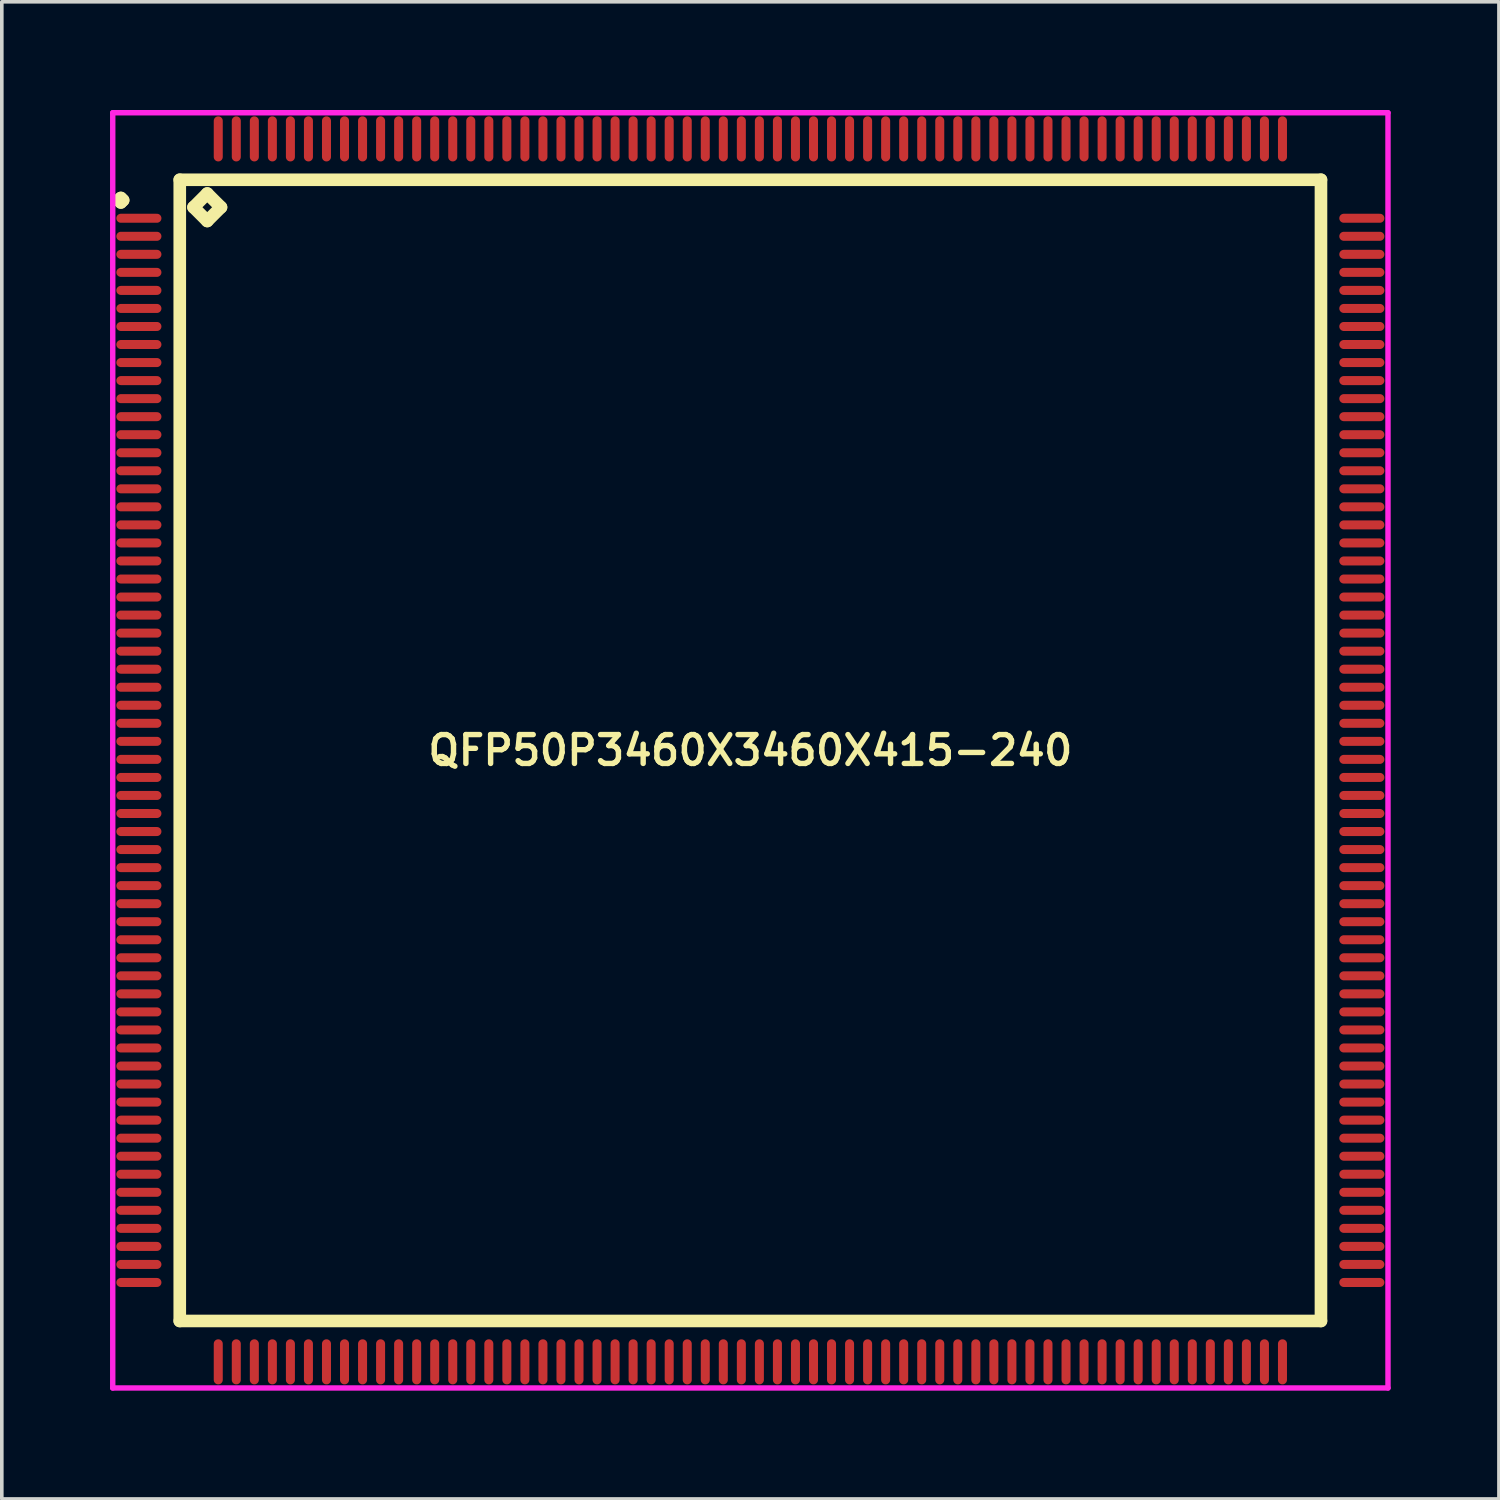
<source format=kicad_pcb>
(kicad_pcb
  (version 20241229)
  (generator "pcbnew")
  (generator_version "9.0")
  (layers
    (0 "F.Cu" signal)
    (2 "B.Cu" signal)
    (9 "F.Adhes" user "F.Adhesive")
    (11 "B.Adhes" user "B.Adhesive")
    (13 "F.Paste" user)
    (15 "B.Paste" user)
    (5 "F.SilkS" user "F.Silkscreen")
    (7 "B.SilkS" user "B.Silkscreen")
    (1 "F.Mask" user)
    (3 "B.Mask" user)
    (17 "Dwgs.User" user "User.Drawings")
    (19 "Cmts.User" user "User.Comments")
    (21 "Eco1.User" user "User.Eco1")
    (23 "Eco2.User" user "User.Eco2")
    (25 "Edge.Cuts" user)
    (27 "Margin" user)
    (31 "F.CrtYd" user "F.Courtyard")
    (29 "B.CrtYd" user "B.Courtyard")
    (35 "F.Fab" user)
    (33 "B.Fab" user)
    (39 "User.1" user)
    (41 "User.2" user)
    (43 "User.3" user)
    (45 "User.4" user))
  (footprint "QFP50P3460X3460X415-240"
    (layer "F.Cu")
    (at 17.75 17.75)
    (property "Reference" "QFP50P3460X3460X415-240" (at 0 0 0) (layer "F.SilkS") (effects (font (size 0.8 0.8) (thickness 0.15))))
    (attr smd)
    (fp_line (start -17.512 -15.25) (end -17.45 -15.312) (stroke (width 0.35) (type solid)) (layer "F.SilkS"))
    (fp_line (start -17.45 -15.312) (end -17.387 -15.25) (stroke (width 0.35) (type solid)) (layer "F.SilkS"))
    (fp_line (start -17.45 -15.188) (end -17.512 -15.25) (stroke (width 0.35) (type solid)) (layer "F.SilkS"))
    (fp_line (start -17.387 -15.25) (end -17.45 -15.188) (stroke (width 0.35) (type solid)) (layer "F.SilkS"))
    (fp_line (start -15.817 -15.817) (end -15.817 15.817) (stroke (width 0.35) (type solid)) (layer "F.SilkS"))
    (fp_line (start -15.817 15.817) (end 15.817 15.817) (stroke (width 0.35) (type solid)) (layer "F.SilkS"))
    (fp_line (start -15.436 -15.055) (end -15.055 -15.436) (stroke (width 0.35) (type solid)) (layer "F.SilkS"))
    (fp_line (start -15.055 -15.436) (end -14.674 -15.055) (stroke (width 0.35) (type solid)) (layer "F.SilkS"))
    (fp_line (start -15.055 -14.674) (end -15.436 -15.055) (stroke (width 0.35) (type solid)) (layer "F.SilkS"))
    (fp_line (start -14.674 -15.055) (end -15.055 -14.674) (stroke (width 0.35) (type solid)) (layer "F.SilkS"))
    (fp_line (start 15.817 -15.817) (end -15.817 -15.817) (stroke (width 0.35) (type solid)) (layer "F.SilkS"))
    (fp_line (start 15.817 15.817) (end 15.817 -15.817) (stroke (width 0.35) (type solid)) (layer "F.SilkS"))
    (fp_line (start -17.675 -17.675) (end 17.675 -17.675) (stroke (width 0.15) (type solid)) (layer "F.CrtYd"))
    (fp_line (start -17.675 17.675) (end -17.675 -17.675) (stroke (width 0.15) (type solid)) (layer "F.CrtYd"))
    (fp_line (start 17.675 -17.675) (end 17.675 17.675) (stroke (width 0.15) (type solid)) (layer "F.CrtYd"))
    (fp_line (start 17.675 17.675) (end -17.675 17.675) (stroke (width 0.15) (type solid)) (layer "F.CrtYd"))
    (pad "1" smd oval (at -16.95 -14.75) (size 1.25 0.25) (layers "F.Cu" "F.Mask" "F.Paste"))
    (pad "2" smd oval (at -16.95 -14.25) (size 1.25 0.25) (layers "F.Cu" "F.Mask" "F.Paste"))
    (pad "3" smd oval (at -16.95 -13.75) (size 1.25 0.25) (layers "F.Cu" "F.Mask" "F.Paste"))
    (pad "4" smd oval (at -16.95 -13.25) (size 1.25 0.25) (layers "F.Cu" "F.Mask" "F.Paste"))
    (pad "5" smd oval (at -16.95 -12.75) (size 1.25 0.25) (layers "F.Cu" "F.Mask" "F.Paste"))
    (pad "6" smd oval (at -16.95 -12.25) (size 1.25 0.25) (layers "F.Cu" "F.Mask" "F.Paste"))
    (pad "7" smd oval (at -16.95 -11.75) (size 1.25 0.25) (layers "F.Cu" "F.Mask" "F.Paste"))
    (pad "8" smd oval (at -16.95 -11.25) (size 1.25 0.25) (layers "F.Cu" "F.Mask" "F.Paste"))
    (pad "9" smd oval (at -16.95 -10.75) (size 1.25 0.25) (layers "F.Cu" "F.Mask" "F.Paste"))
    (pad "10" smd oval (at -16.95 -10.25) (size 1.25 0.25) (layers "F.Cu" "F.Mask" "F.Paste"))
    (pad "11" smd oval (at -16.95 -9.75) (size 1.25 0.25) (layers "F.Cu" "F.Mask" "F.Paste"))
    (pad "12" smd oval (at -16.95 -9.25) (size 1.25 0.25) (layers "F.Cu" "F.Mask" "F.Paste"))
    (pad "13" smd oval (at -16.95 -8.75) (size 1.25 0.25) (layers "F.Cu" "F.Mask" "F.Paste"))
    (pad "14" smd oval (at -16.95 -8.25) (size 1.25 0.25) (layers "F.Cu" "F.Mask" "F.Paste"))
    (pad "15" smd oval (at -16.95 -7.75) (size 1.25 0.25) (layers "F.Cu" "F.Mask" "F.Paste"))
    (pad "16" smd oval (at -16.95 -7.25) (size 1.25 0.25) (layers "F.Cu" "F.Mask" "F.Paste"))
    (pad "17" smd oval (at -16.95 -6.75) (size 1.25 0.25) (layers "F.Cu" "F.Mask" "F.Paste"))
    (pad "18" smd oval (at -16.95 -6.25) (size 1.25 0.25) (layers "F.Cu" "F.Mask" "F.Paste"))
    (pad "19" smd oval (at -16.95 -5.75) (size 1.25 0.25) (layers "F.Cu" "F.Mask" "F.Paste"))
    (pad "20" smd oval (at -16.95 -5.25) (size 1.25 0.25) (layers "F.Cu" "F.Mask" "F.Paste"))
    (pad "21" smd oval (at -16.95 -4.75) (size 1.25 0.25) (layers "F.Cu" "F.Mask" "F.Paste"))
    (pad "22" smd oval (at -16.95 -4.25) (size 1.25 0.25) (layers "F.Cu" "F.Mask" "F.Paste"))
    (pad "23" smd oval (at -16.95 -3.75) (size 1.25 0.25) (layers "F.Cu" "F.Mask" "F.Paste"))
    (pad "24" smd oval (at -16.95 -3.25) (size 1.25 0.25) (layers "F.Cu" "F.Mask" "F.Paste"))
    (pad "25" smd oval (at -16.95 -2.75) (size 1.25 0.25) (layers "F.Cu" "F.Mask" "F.Paste"))
    (pad "26" smd oval (at -16.95 -2.25) (size 1.25 0.25) (layers "F.Cu" "F.Mask" "F.Paste"))
    (pad "27" smd oval (at -16.95 -1.75) (size 1.25 0.25) (layers "F.Cu" "F.Mask" "F.Paste"))
    (pad "28" smd oval (at -16.95 -1.25) (size 1.25 0.25) (layers "F.Cu" "F.Mask" "F.Paste"))
    (pad "29" smd oval (at -16.95 -0.75) (size 1.25 0.25) (layers "F.Cu" "F.Mask" "F.Paste"))
    (pad "30" smd oval (at -16.95 -0.25) (size 1.25 0.25) (layers "F.Cu" "F.Mask" "F.Paste"))
    (pad "31" smd oval (at -16.95 0.25) (size 1.25 0.25) (layers "F.Cu" "F.Mask" "F.Paste"))
    (pad "32" smd oval (at -16.95 0.75) (size 1.25 0.25) (layers "F.Cu" "F.Mask" "F.Paste"))
    (pad "33" smd oval (at -16.95 1.25) (size 1.25 0.25) (layers "F.Cu" "F.Mask" "F.Paste"))
    (pad "34" smd oval (at -16.95 1.75) (size 1.25 0.25) (layers "F.Cu" "F.Mask" "F.Paste"))
    (pad "35" smd oval (at -16.95 2.25) (size 1.25 0.25) (layers "F.Cu" "F.Mask" "F.Paste"))
    (pad "36" smd oval (at -16.95 2.75) (size 1.25 0.25) (layers "F.Cu" "F.Mask" "F.Paste"))
    (pad "37" smd oval (at -16.95 3.25) (size 1.25 0.25) (layers "F.Cu" "F.Mask" "F.Paste"))
    (pad "38" smd oval (at -16.95 3.75) (size 1.25 0.25) (layers "F.Cu" "F.Mask" "F.Paste"))
    (pad "39" smd oval (at -16.95 4.25) (size 1.25 0.25) (layers "F.Cu" "F.Mask" "F.Paste"))
    (pad "40" smd oval (at -16.95 4.75) (size 1.25 0.25) (layers "F.Cu" "F.Mask" "F.Paste"))
    (pad "41" smd oval (at -16.95 5.25) (size 1.25 0.25) (layers "F.Cu" "F.Mask" "F.Paste"))
    (pad "42" smd oval (at -16.95 5.75) (size 1.25 0.25) (layers "F.Cu" "F.Mask" "F.Paste"))
    (pad "43" smd oval (at -16.95 6.25) (size 1.25 0.25) (layers "F.Cu" "F.Mask" "F.Paste"))
    (pad "44" smd oval (at -16.95 6.75) (size 1.25 0.25) (layers "F.Cu" "F.Mask" "F.Paste"))
    (pad "45" smd oval (at -16.95 7.25) (size 1.25 0.25) (layers "F.Cu" "F.Mask" "F.Paste"))
    (pad "46" smd oval (at -16.95 7.75) (size 1.25 0.25) (layers "F.Cu" "F.Mask" "F.Paste"))
    (pad "47" smd oval (at -16.95 8.25) (size 1.25 0.25) (layers "F.Cu" "F.Mask" "F.Paste"))
    (pad "48" smd oval (at -16.95 8.75) (size 1.25 0.25) (layers "F.Cu" "F.Mask" "F.Paste"))
    (pad "49" smd oval (at -16.95 9.25) (size 1.25 0.25) (layers "F.Cu" "F.Mask" "F.Paste"))
    (pad "50" smd oval (at -16.95 9.75) (size 1.25 0.25) (layers "F.Cu" "F.Mask" "F.Paste"))
    (pad "51" smd oval (at -16.95 10.25) (size 1.25 0.25) (layers "F.Cu" "F.Mask" "F.Paste"))
    (pad "52" smd oval (at -16.95 10.75) (size 1.25 0.25) (layers "F.Cu" "F.Mask" "F.Paste"))
    (pad "53" smd oval (at -16.95 11.25) (size 1.25 0.25) (layers "F.Cu" "F.Mask" "F.Paste"))
    (pad "54" smd oval (at -16.95 11.75) (size 1.25 0.25) (layers "F.Cu" "F.Mask" "F.Paste"))
    (pad "55" smd oval (at -16.95 12.25) (size 1.25 0.25) (layers "F.Cu" "F.Mask" "F.Paste"))
    (pad "56" smd oval (at -16.95 12.75) (size 1.25 0.25) (layers "F.Cu" "F.Mask" "F.Paste"))
    (pad "57" smd oval (at -16.95 13.25) (size 1.25 0.25) (layers "F.Cu" "F.Mask" "F.Paste"))
    (pad "58" smd oval (at -16.95 13.75) (size 1.25 0.25) (layers "F.Cu" "F.Mask" "F.Paste"))
    (pad "59" smd oval (at -16.95 14.25) (size 1.25 0.25) (layers "F.Cu" "F.Mask" "F.Paste"))
    (pad "60" smd oval (at -16.95 14.75) (size 1.25 0.25) (layers "F.Cu" "F.Mask" "F.Paste"))
    (pad "61" smd oval (at -14.75 16.95) (size 0.25 1.25) (layers "F.Cu" "F.Mask" "F.Paste"))
    (pad "62" smd oval (at -14.25 16.95) (size 0.25 1.25) (layers "F.Cu" "F.Mask" "F.Paste"))
    (pad "63" smd oval (at -13.75 16.95) (size 0.25 1.25) (layers "F.Cu" "F.Mask" "F.Paste"))
    (pad "64" smd oval (at -13.25 16.95) (size 0.25 1.25) (layers "F.Cu" "F.Mask" "F.Paste"))
    (pad "65" smd oval (at -12.75 16.95) (size 0.25 1.25) (layers "F.Cu" "F.Mask" "F.Paste"))
    (pad "66" smd oval (at -12.25 16.95) (size 0.25 1.25) (layers "F.Cu" "F.Mask" "F.Paste"))
    (pad "67" smd oval (at -11.75 16.95) (size 0.25 1.25) (layers "F.Cu" "F.Mask" "F.Paste"))
    (pad "68" smd oval (at -11.25 16.95) (size 0.25 1.25) (layers "F.Cu" "F.Mask" "F.Paste"))
    (pad "69" smd oval (at -10.75 16.95) (size 0.25 1.25) (layers "F.Cu" "F.Mask" "F.Paste"))
    (pad "70" smd oval (at -10.25 16.95) (size 0.25 1.25) (layers "F.Cu" "F.Mask" "F.Paste"))
    (pad "71" smd oval (at -9.75 16.95) (size 0.25 1.25) (layers "F.Cu" "F.Mask" "F.Paste"))
    (pad "72" smd oval (at -9.25 16.95) (size 0.25 1.25) (layers "F.Cu" "F.Mask" "F.Paste"))
    (pad "73" smd oval (at -8.75 16.95) (size 0.25 1.25) (layers "F.Cu" "F.Mask" "F.Paste"))
    (pad "74" smd oval (at -8.25 16.95) (size 0.25 1.25) (layers "F.Cu" "F.Mask" "F.Paste"))
    (pad "75" smd oval (at -7.75 16.95) (size 0.25 1.25) (layers "F.Cu" "F.Mask" "F.Paste"))
    (pad "76" smd oval (at -7.25 16.95) (size 0.25 1.25) (layers "F.Cu" "F.Mask" "F.Paste"))
    (pad "77" smd oval (at -6.75 16.95) (size 0.25 1.25) (layers "F.Cu" "F.Mask" "F.Paste"))
    (pad "78" smd oval (at -6.25 16.95) (size 0.25 1.25) (layers "F.Cu" "F.Mask" "F.Paste"))
    (pad "79" smd oval (at -5.75 16.95) (size 0.25 1.25) (layers "F.Cu" "F.Mask" "F.Paste"))
    (pad "80" smd oval (at -5.25 16.95) (size 0.25 1.25) (layers "F.Cu" "F.Mask" "F.Paste"))
    (pad "81" smd oval (at -4.75 16.95) (size 0.25 1.25) (layers "F.Cu" "F.Mask" "F.Paste"))
    (pad "82" smd oval (at -4.25 16.95) (size 0.25 1.25) (layers "F.Cu" "F.Mask" "F.Paste"))
    (pad "83" smd oval (at -3.75 16.95) (size 0.25 1.25) (layers "F.Cu" "F.Mask" "F.Paste"))
    (pad "84" smd oval (at -3.25 16.95) (size 0.25 1.25) (layers "F.Cu" "F.Mask" "F.Paste"))
    (pad "85" smd oval (at -2.75 16.95) (size 0.25 1.25) (layers "F.Cu" "F.Mask" "F.Paste"))
    (pad "86" smd oval (at -2.25 16.95) (size 0.25 1.25) (layers "F.Cu" "F.Mask" "F.Paste"))
    (pad "87" smd oval (at -1.75 16.95) (size 0.25 1.25) (layers "F.Cu" "F.Mask" "F.Paste"))
    (pad "88" smd oval (at -1.25 16.95) (size 0.25 1.25) (layers "F.Cu" "F.Mask" "F.Paste"))
    (pad "89" smd oval (at -0.75 16.95) (size 0.25 1.25) (layers "F.Cu" "F.Mask" "F.Paste"))
    (pad "90" smd oval (at -0.25 16.95) (size 0.25 1.25) (layers "F.Cu" "F.Mask" "F.Paste"))
    (pad "91" smd oval (at 0.25 16.95) (size 0.25 1.25) (layers "F.Cu" "F.Mask" "F.Paste"))
    (pad "92" smd oval (at 0.75 16.95) (size 0.25 1.25) (layers "F.Cu" "F.Mask" "F.Paste"))
    (pad "93" smd oval (at 1.25 16.95) (size 0.25 1.25) (layers "F.Cu" "F.Mask" "F.Paste"))
    (pad "94" smd oval (at 1.75 16.95) (size 0.25 1.25) (layers "F.Cu" "F.Mask" "F.Paste"))
    (pad "95" smd oval (at 2.25 16.95) (size 0.25 1.25) (layers "F.Cu" "F.Mask" "F.Paste"))
    (pad "96" smd oval (at 2.75 16.95) (size 0.25 1.25) (layers "F.Cu" "F.Mask" "F.Paste"))
    (pad "97" smd oval (at 3.25 16.95) (size 0.25 1.25) (layers "F.Cu" "F.Mask" "F.Paste"))
    (pad "98" smd oval (at 3.75 16.95) (size 0.25 1.25) (layers "F.Cu" "F.Mask" "F.Paste"))
    (pad "99" smd oval (at 4.25 16.95) (size 0.25 1.25) (layers "F.Cu" "F.Mask" "F.Paste"))
    (pad "100" smd oval (at 4.75 16.95) (size 0.25 1.25) (layers "F.Cu" "F.Mask" "F.Paste"))
    (pad "101" smd oval (at 5.25 16.95) (size 0.25 1.25) (layers "F.Cu" "F.Mask" "F.Paste"))
    (pad "102" smd oval (at 5.75 16.95) (size 0.25 1.25) (layers "F.Cu" "F.Mask" "F.Paste"))
    (pad "103" smd oval (at 6.25 16.95) (size 0.25 1.25) (layers "F.Cu" "F.Mask" "F.Paste"))
    (pad "104" smd oval (at 6.75 16.95) (size 0.25 1.25) (layers "F.Cu" "F.Mask" "F.Paste"))
    (pad "105" smd oval (at 7.25 16.95) (size 0.25 1.25) (layers "F.Cu" "F.Mask" "F.Paste"))
    (pad "106" smd oval (at 7.75 16.95) (size 0.25 1.25) (layers "F.Cu" "F.Mask" "F.Paste"))
    (pad "107" smd oval (at 8.25 16.95) (size 0.25 1.25) (layers "F.Cu" "F.Mask" "F.Paste"))
    (pad "108" smd oval (at 8.75 16.95) (size 0.25 1.25) (layers "F.Cu" "F.Mask" "F.Paste"))
    (pad "109" smd oval (at 9.25 16.95) (size 0.25 1.25) (layers "F.Cu" "F.Mask" "F.Paste"))
    (pad "110" smd oval (at 9.75 16.95) (size 0.25 1.25) (layers "F.Cu" "F.Mask" "F.Paste"))
    (pad "111" smd oval (at 10.25 16.95) (size 0.25 1.25) (layers "F.Cu" "F.Mask" "F.Paste"))
    (pad "112" smd oval (at 10.75 16.95) (size 0.25 1.25) (layers "F.Cu" "F.Mask" "F.Paste"))
    (pad "113" smd oval (at 11.25 16.95) (size 0.25 1.25) (layers "F.Cu" "F.Mask" "F.Paste"))
    (pad "114" smd oval (at 11.75 16.95) (size 0.25 1.25) (layers "F.Cu" "F.Mask" "F.Paste"))
    (pad "115" smd oval (at 12.25 16.95) (size 0.25 1.25) (layers "F.Cu" "F.Mask" "F.Paste"))
    (pad "116" smd oval (at 12.75 16.95) (size 0.25 1.25) (layers "F.Cu" "F.Mask" "F.Paste"))
    (pad "117" smd oval (at 13.25 16.95) (size 0.25 1.25) (layers "F.Cu" "F.Mask" "F.Paste"))
    (pad "118" smd oval (at 13.75 16.95) (size 0.25 1.25) (layers "F.Cu" "F.Mask" "F.Paste"))
    (pad "119" smd oval (at 14.25 16.95) (size 0.25 1.25) (layers "F.Cu" "F.Mask" "F.Paste"))
    (pad "120" smd oval (at 14.75 16.95) (size 0.25 1.25) (layers "F.Cu" "F.Mask" "F.Paste"))
    (pad "121" smd oval (at 16.95 14.75) (size 1.25 0.25) (layers "F.Cu" "F.Mask" "F.Paste"))
    (pad "122" smd oval (at 16.95 14.25) (size 1.25 0.25) (layers "F.Cu" "F.Mask" "F.Paste"))
    (pad "123" smd oval (at 16.95 13.75) (size 1.25 0.25) (layers "F.Cu" "F.Mask" "F.Paste"))
    (pad "124" smd oval (at 16.95 13.25) (size 1.25 0.25) (layers "F.Cu" "F.Mask" "F.Paste"))
    (pad "125" smd oval (at 16.95 12.75) (size 1.25 0.25) (layers "F.Cu" "F.Mask" "F.Paste"))
    (pad "126" smd oval (at 16.95 12.25) (size 1.25 0.25) (layers "F.Cu" "F.Mask" "F.Paste"))
    (pad "127" smd oval (at 16.95 11.75) (size 1.25 0.25) (layers "F.Cu" "F.Mask" "F.Paste"))
    (pad "128" smd oval (at 16.95 11.25) (size 1.25 0.25) (layers "F.Cu" "F.Mask" "F.Paste"))
    (pad "129" smd oval (at 16.95 10.75) (size 1.25 0.25) (layers "F.Cu" "F.Mask" "F.Paste"))
    (pad "130" smd oval (at 16.95 10.25) (size 1.25 0.25) (layers "F.Cu" "F.Mask" "F.Paste"))
    (pad "131" smd oval (at 16.95 9.75) (size 1.25 0.25) (layers "F.Cu" "F.Mask" "F.Paste"))
    (pad "132" smd oval (at 16.95 9.25) (size 1.25 0.25) (layers "F.Cu" "F.Mask" "F.Paste"))
    (pad "133" smd oval (at 16.95 8.75) (size 1.25 0.25) (layers "F.Cu" "F.Mask" "F.Paste"))
    (pad "134" smd oval (at 16.95 8.25) (size 1.25 0.25) (layers "F.Cu" "F.Mask" "F.Paste"))
    (pad "135" smd oval (at 16.95 7.75) (size 1.25 0.25) (layers "F.Cu" "F.Mask" "F.Paste"))
    (pad "136" smd oval (at 16.95 7.25) (size 1.25 0.25) (layers "F.Cu" "F.Mask" "F.Paste"))
    (pad "137" smd oval (at 16.95 6.75) (size 1.25 0.25) (layers "F.Cu" "F.Mask" "F.Paste"))
    (pad "138" smd oval (at 16.95 6.25) (size 1.25 0.25) (layers "F.Cu" "F.Mask" "F.Paste"))
    (pad "139" smd oval (at 16.95 5.75) (size 1.25 0.25) (layers "F.Cu" "F.Mask" "F.Paste"))
    (pad "140" smd oval (at 16.95 5.25) (size 1.25 0.25) (layers "F.Cu" "F.Mask" "F.Paste"))
    (pad "141" smd oval (at 16.95 4.75) (size 1.25 0.25) (layers "F.Cu" "F.Mask" "F.Paste"))
    (pad "142" smd oval (at 16.95 4.25) (size 1.25 0.25) (layers "F.Cu" "F.Mask" "F.Paste"))
    (pad "143" smd oval (at 16.95 3.75) (size 1.25 0.25) (layers "F.Cu" "F.Mask" "F.Paste"))
    (pad "144" smd oval (at 16.95 3.25) (size 1.25 0.25) (layers "F.Cu" "F.Mask" "F.Paste"))
    (pad "145" smd oval (at 16.95 2.75) (size 1.25 0.25) (layers "F.Cu" "F.Mask" "F.Paste"))
    (pad "146" smd oval (at 16.95 2.25) (size 1.25 0.25) (layers "F.Cu" "F.Mask" "F.Paste"))
    (pad "147" smd oval (at 16.95 1.75) (size 1.25 0.25) (layers "F.Cu" "F.Mask" "F.Paste"))
    (pad "148" smd oval (at 16.95 1.25) (size 1.25 0.25) (layers "F.Cu" "F.Mask" "F.Paste"))
    (pad "149" smd oval (at 16.95 0.75) (size 1.25 0.25) (layers "F.Cu" "F.Mask" "F.Paste"))
    (pad "150" smd oval (at 16.95 0.25) (size 1.25 0.25) (layers "F.Cu" "F.Mask" "F.Paste"))
    (pad "151" smd oval (at 16.95 -0.25) (size 1.25 0.25) (layers "F.Cu" "F.Mask" "F.Paste"))
    (pad "152" smd oval (at 16.95 -0.75) (size 1.25 0.25) (layers "F.Cu" "F.Mask" "F.Paste"))
    (pad "153" smd oval (at 16.95 -1.25) (size 1.25 0.25) (layers "F.Cu" "F.Mask" "F.Paste"))
    (pad "154" smd oval (at 16.95 -1.75) (size 1.25 0.25) (layers "F.Cu" "F.Mask" "F.Paste"))
    (pad "155" smd oval (at 16.95 -2.25) (size 1.25 0.25) (layers "F.Cu" "F.Mask" "F.Paste"))
    (pad "156" smd oval (at 16.95 -2.75) (size 1.25 0.25) (layers "F.Cu" "F.Mask" "F.Paste"))
    (pad "157" smd oval (at 16.95 -3.25) (size 1.25 0.25) (layers "F.Cu" "F.Mask" "F.Paste"))
    (pad "158" smd oval (at 16.95 -3.75) (size 1.25 0.25) (layers "F.Cu" "F.Mask" "F.Paste"))
    (pad "159" smd oval (at 16.95 -4.25) (size 1.25 0.25) (layers "F.Cu" "F.Mask" "F.Paste"))
    (pad "160" smd oval (at 16.95 -4.75) (size 1.25 0.25) (layers "F.Cu" "F.Mask" "F.Paste"))
    (pad "161" smd oval (at 16.95 -5.25) (size 1.25 0.25) (layers "F.Cu" "F.Mask" "F.Paste"))
    (pad "162" smd oval (at 16.95 -5.75) (size 1.25 0.25) (layers "F.Cu" "F.Mask" "F.Paste"))
    (pad "163" smd oval (at 16.95 -6.25) (size 1.25 0.25) (layers "F.Cu" "F.Mask" "F.Paste"))
    (pad "164" smd oval (at 16.95 -6.75) (size 1.25 0.25) (layers "F.Cu" "F.Mask" "F.Paste"))
    (pad "165" smd oval (at 16.95 -7.25) (size 1.25 0.25) (layers "F.Cu" "F.Mask" "F.Paste"))
    (pad "166" smd oval (at 16.95 -7.75) (size 1.25 0.25) (layers "F.Cu" "F.Mask" "F.Paste"))
    (pad "167" smd oval (at 16.95 -8.25) (size 1.25 0.25) (layers "F.Cu" "F.Mask" "F.Paste"))
    (pad "168" smd oval (at 16.95 -8.75) (size 1.25 0.25) (layers "F.Cu" "F.Mask" "F.Paste"))
    (pad "169" smd oval (at 16.95 -9.25) (size 1.25 0.25) (layers "F.Cu" "F.Mask" "F.Paste"))
    (pad "170" smd oval (at 16.95 -9.75) (size 1.25 0.25) (layers "F.Cu" "F.Mask" "F.Paste"))
    (pad "171" smd oval (at 16.95 -10.25) (size 1.25 0.25) (layers "F.Cu" "F.Mask" "F.Paste"))
    (pad "172" smd oval (at 16.95 -10.75) (size 1.25 0.25) (layers "F.Cu" "F.Mask" "F.Paste"))
    (pad "173" smd oval (at 16.95 -11.25) (size 1.25 0.25) (layers "F.Cu" "F.Mask" "F.Paste"))
    (pad "174" smd oval (at 16.95 -11.75) (size 1.25 0.25) (layers "F.Cu" "F.Mask" "F.Paste"))
    (pad "175" smd oval (at 16.95 -12.25) (size 1.25 0.25) (layers "F.Cu" "F.Mask" "F.Paste"))
    (pad "176" smd oval (at 16.95 -12.75) (size 1.25 0.25) (layers "F.Cu" "F.Mask" "F.Paste"))
    (pad "177" smd oval (at 16.95 -13.25) (size 1.25 0.25) (layers "F.Cu" "F.Mask" "F.Paste"))
    (pad "178" smd oval (at 16.95 -13.75) (size 1.25 0.25) (layers "F.Cu" "F.Mask" "F.Paste"))
    (pad "179" smd oval (at 16.95 -14.25) (size 1.25 0.25) (layers "F.Cu" "F.Mask" "F.Paste"))
    (pad "180" smd oval (at 16.95 -14.75) (size 1.25 0.25) (layers "F.Cu" "F.Mask" "F.Paste"))
    (pad "181" smd oval (at 14.75 -16.95) (size 0.25 1.25) (layers "F.Cu" "F.Mask" "F.Paste"))
    (pad "182" smd oval (at 14.25 -16.95) (size 0.25 1.25) (layers "F.Cu" "F.Mask" "F.Paste"))
    (pad "183" smd oval (at 13.75 -16.95) (size 0.25 1.25) (layers "F.Cu" "F.Mask" "F.Paste"))
    (pad "184" smd oval (at 13.25 -16.95) (size 0.25 1.25) (layers "F.Cu" "F.Mask" "F.Paste"))
    (pad "185" smd oval (at 12.75 -16.95) (size 0.25 1.25) (layers "F.Cu" "F.Mask" "F.Paste"))
    (pad "186" smd oval (at 12.25 -16.95) (size 0.25 1.25) (layers "F.Cu" "F.Mask" "F.Paste"))
    (pad "187" smd oval (at 11.75 -16.95) (size 0.25 1.25) (layers "F.Cu" "F.Mask" "F.Paste"))
    (pad "188" smd oval (at 11.25 -16.95) (size 0.25 1.25) (layers "F.Cu" "F.Mask" "F.Paste"))
    (pad "189" smd oval (at 10.75 -16.95) (size 0.25 1.25) (layers "F.Cu" "F.Mask" "F.Paste"))
    (pad "190" smd oval (at 10.25 -16.95) (size 0.25 1.25) (layers "F.Cu" "F.Mask" "F.Paste"))
    (pad "191" smd oval (at 9.75 -16.95) (size 0.25 1.25) (layers "F.Cu" "F.Mask" "F.Paste"))
    (pad "192" smd oval (at 9.25 -16.95) (size 0.25 1.25) (layers "F.Cu" "F.Mask" "F.Paste"))
    (pad "193" smd oval (at 8.75 -16.95) (size 0.25 1.25) (layers "F.Cu" "F.Mask" "F.Paste"))
    (pad "194" smd oval (at 8.25 -16.95) (size 0.25 1.25) (layers "F.Cu" "F.Mask" "F.Paste"))
    (pad "195" smd oval (at 7.75 -16.95) (size 0.25 1.25) (layers "F.Cu" "F.Mask" "F.Paste"))
    (pad "196" smd oval (at 7.25 -16.95) (size 0.25 1.25) (layers "F.Cu" "F.Mask" "F.Paste"))
    (pad "197" smd oval (at 6.75 -16.95) (size 0.25 1.25) (layers "F.Cu" "F.Mask" "F.Paste"))
    (pad "198" smd oval (at 6.25 -16.95) (size 0.25 1.25) (layers "F.Cu" "F.Mask" "F.Paste"))
    (pad "199" smd oval (at 5.75 -16.95) (size 0.25 1.25) (layers "F.Cu" "F.Mask" "F.Paste"))
    (pad "200" smd oval (at 5.25 -16.95) (size 0.25 1.25) (layers "F.Cu" "F.Mask" "F.Paste"))
    (pad "201" smd oval (at 4.75 -16.95) (size 0.25 1.25) (layers "F.Cu" "F.Mask" "F.Paste"))
    (pad "202" smd oval (at 4.25 -16.95) (size 0.25 1.25) (layers "F.Cu" "F.Mask" "F.Paste"))
    (pad "203" smd oval (at 3.75 -16.95) (size 0.25 1.25) (layers "F.Cu" "F.Mask" "F.Paste"))
    (pad "204" smd oval (at 3.25 -16.95) (size 0.25 1.25) (layers "F.Cu" "F.Mask" "F.Paste"))
    (pad "205" smd oval (at 2.75 -16.95) (size 0.25 1.25) (layers "F.Cu" "F.Mask" "F.Paste"))
    (pad "206" smd oval (at 2.25 -16.95) (size 0.25 1.25) (layers "F.Cu" "F.Mask" "F.Paste"))
    (pad "207" smd oval (at 1.75 -16.95) (size 0.25 1.25) (layers "F.Cu" "F.Mask" "F.Paste"))
    (pad "208" smd oval (at 1.25 -16.95) (size 0.25 1.25) (layers "F.Cu" "F.Mask" "F.Paste"))
    (pad "209" smd oval (at 0.75 -16.95) (size 0.25 1.25) (layers "F.Cu" "F.Mask" "F.Paste"))
    (pad "210" smd oval (at 0.25 -16.95) (size 0.25 1.25) (layers "F.Cu" "F.Mask" "F.Paste"))
    (pad "211" smd oval (at -0.25 -16.95) (size 0.25 1.25) (layers "F.Cu" "F.Mask" "F.Paste"))
    (pad "212" smd oval (at -0.75 -16.95) (size 0.25 1.25) (layers "F.Cu" "F.Mask" "F.Paste"))
    (pad "213" smd oval (at -1.25 -16.95) (size 0.25 1.25) (layers "F.Cu" "F.Mask" "F.Paste"))
    (pad "214" smd oval (at -1.75 -16.95) (size 0.25 1.25) (layers "F.Cu" "F.Mask" "F.Paste"))
    (pad "215" smd oval (at -2.25 -16.95) (size 0.25 1.25) (layers "F.Cu" "F.Mask" "F.Paste"))
    (pad "216" smd oval (at -2.75 -16.95) (size 0.25 1.25) (layers "F.Cu" "F.Mask" "F.Paste"))
    (pad "217" smd oval (at -3.25 -16.95) (size 0.25 1.25) (layers "F.Cu" "F.Mask" "F.Paste"))
    (pad "218" smd oval (at -3.75 -16.95) (size 0.25 1.25) (layers "F.Cu" "F.Mask" "F.Paste"))
    (pad "219" smd oval (at -4.25 -16.95) (size 0.25 1.25) (layers "F.Cu" "F.Mask" "F.Paste"))
    (pad "220" smd oval (at -4.75 -16.95) (size 0.25 1.25) (layers "F.Cu" "F.Mask" "F.Paste"))
    (pad "221" smd oval (at -5.25 -16.95) (size 0.25 1.25) (layers "F.Cu" "F.Mask" "F.Paste"))
    (pad "222" smd oval (at -5.75 -16.95) (size 0.25 1.25) (layers "F.Cu" "F.Mask" "F.Paste"))
    (pad "223" smd oval (at -6.25 -16.95) (size 0.25 1.25) (layers "F.Cu" "F.Mask" "F.Paste"))
    (pad "224" smd oval (at -6.75 -16.95) (size 0.25 1.25) (layers "F.Cu" "F.Mask" "F.Paste"))
    (pad "225" smd oval (at -7.25 -16.95) (size 0.25 1.25) (layers "F.Cu" "F.Mask" "F.Paste"))
    (pad "226" smd oval (at -7.75 -16.95) (size 0.25 1.25) (layers "F.Cu" "F.Mask" "F.Paste"))
    (pad "227" smd oval (at -8.25 -16.95) (size 0.25 1.25) (layers "F.Cu" "F.Mask" "F.Paste"))
    (pad "228" smd oval (at -8.75 -16.95) (size 0.25 1.25) (layers "F.Cu" "F.Mask" "F.Paste"))
    (pad "229" smd oval (at -9.25 -16.95) (size 0.25 1.25) (layers "F.Cu" "F.Mask" "F.Paste"))
    (pad "230" smd oval (at -9.75 -16.95) (size 0.25 1.25) (layers "F.Cu" "F.Mask" "F.Paste"))
    (pad "231" smd oval (at -10.25 -16.95) (size 0.25 1.25) (layers "F.Cu" "F.Mask" "F.Paste"))
    (pad "232" smd oval (at -10.75 -16.95) (size 0.25 1.25) (layers "F.Cu" "F.Mask" "F.Paste"))
    (pad "233" smd oval (at -11.25 -16.95) (size 0.25 1.25) (layers "F.Cu" "F.Mask" "F.Paste"))
    (pad "234" smd oval (at -11.75 -16.95) (size 0.25 1.25) (layers "F.Cu" "F.Mask" "F.Paste"))
    (pad "235" smd oval (at -12.25 -16.95) (size 0.25 1.25) (layers "F.Cu" "F.Mask" "F.Paste"))
    (pad "236" smd oval (at -12.75 -16.95) (size 0.25 1.25) (layers "F.Cu" "F.Mask" "F.Paste"))
    (pad "237" smd oval (at -13.25 -16.95) (size 0.25 1.25) (layers "F.Cu" "F.Mask" "F.Paste"))
    (pad "238" smd oval (at -13.75 -16.95) (size 0.25 1.25) (layers "F.Cu" "F.Mask" "F.Paste"))
    (pad "239" smd oval (at -14.25 -16.95) (size 0.25 1.25) (layers "F.Cu" "F.Mask" "F.Paste"))
    (pad "240" smd oval (at -14.75 -16.95) (size 0.25 1.25) (layers "F.Cu" "F.Mask" "F.Paste")))
  (gr_rect
    (start -3 -3)
    (end 38.5 38.5)
    (stroke (width 0.1) (type default))
    (fill no)
    (layer "Edge.Cuts")))
</source>
